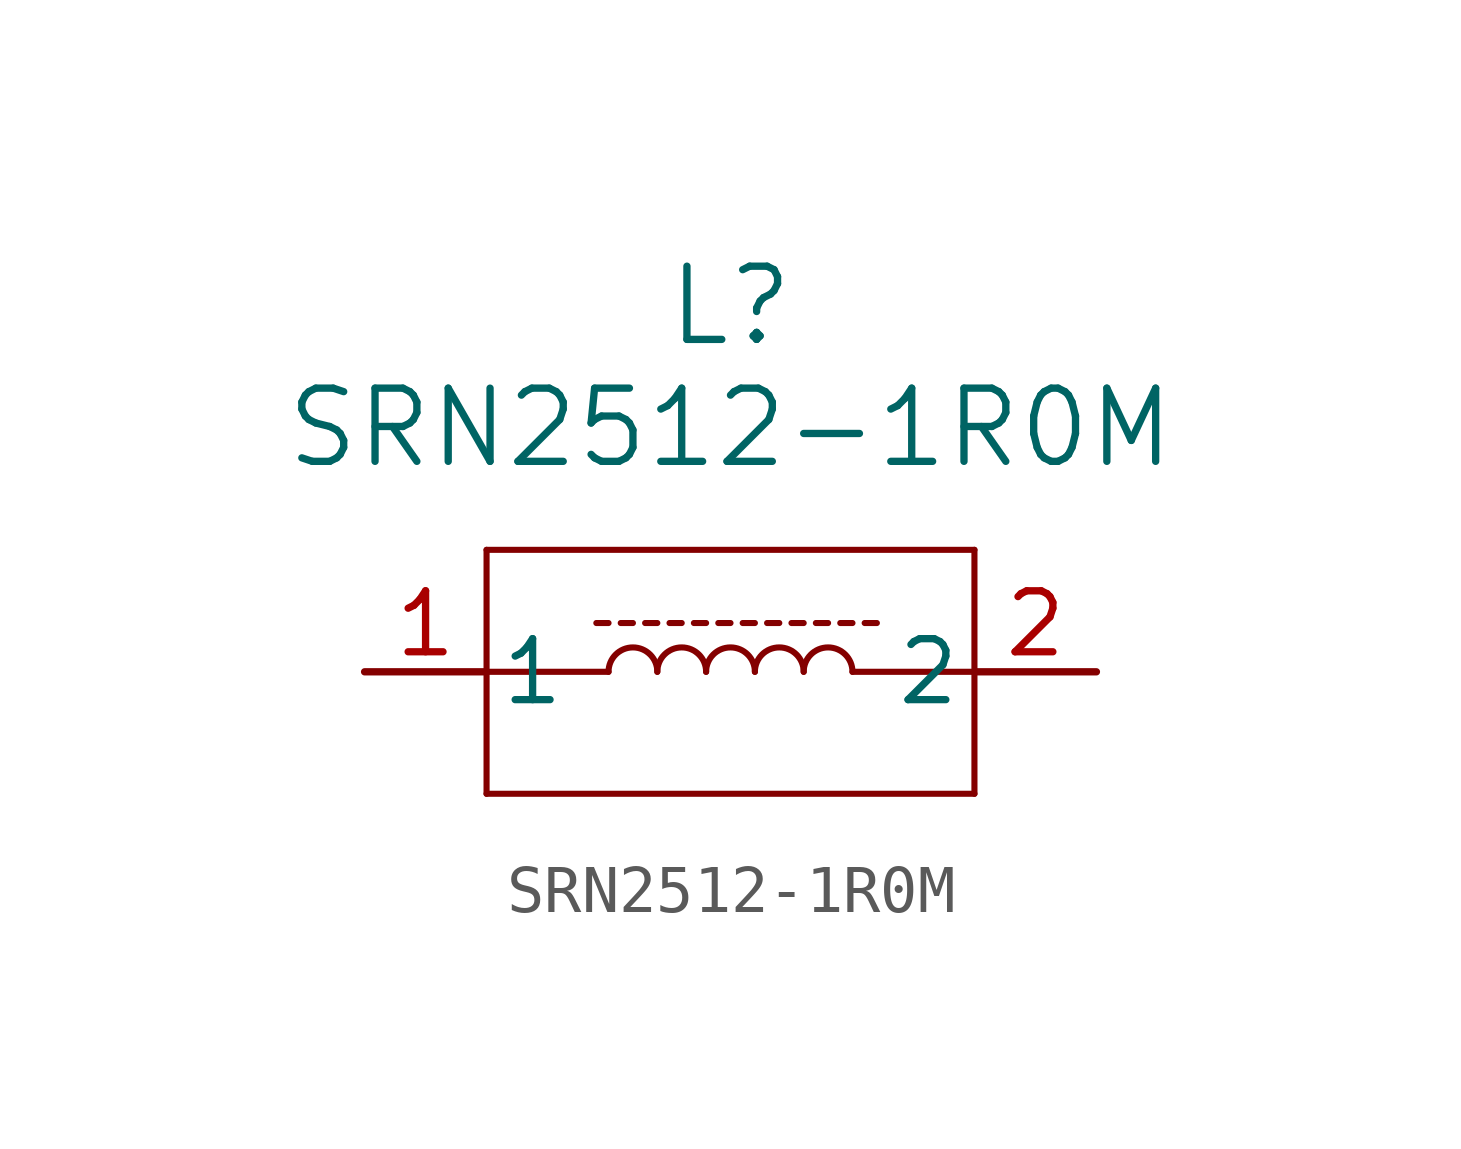
<source format=kicad_sym>
(kicad_symbol_lib
  (version 20231120)
  (generator "kicad_symbol_editor")
  (generator_version "8.0")
  (symbol "SRN2512-1R0M"
    (pin_names
      (offset 0.254))
    (property "Reference" "L"
      (at 12.7 7.62 0)
      (effects (font (size 1.524 1.524))))
    (property "Value" "SRN2512-1R0M"
      (at 12.7 5.08 0)
      (effects (font (size 1.524 1.524))))
    (property "ki_locked" ""
      (at 0 0 0)
      (effects (font (size 1.27 1.27))))
    (symbol "SRN2512-1R0M_0_1"
      (polyline (pts (xy 7.62 -2.54) (xy 17.78 -2.54)) (stroke (width 0.127) (type default)) (fill (type none)))
      (polyline (pts (xy 7.62 2.54) (xy 7.62 -2.54)) (stroke (width 0.127) (type default)) (fill (type none)))
      (polyline (pts (xy 9.906 1.016) (xy 10.16 1.016)) (stroke (width 0.127) (type default)) (fill (type none)))
      (polyline (pts (xy 10.16 0) (xy 7.62 0)) (stroke (width 0.127) (type default)) (fill (type none)))
      (polyline (pts (xy 10.414 1.016) (xy 10.668 1.016)) (stroke (width 0.127) (type default)) (fill (type none)))
      (polyline (pts (xy 10.922 1.016) (xy 11.176 1.016)) (stroke (width 0.127) (type default)) (fill (type none)))
      (polyline (pts (xy 11.43 1.016) (xy 11.684 1.016)) (stroke (width 0.127) (type default)) (fill (type none)))
      (polyline (pts (xy 11.938 1.016) (xy 12.192 1.016)) (stroke (width 0.127) (type default)) (fill (type none)))
      (polyline (pts (xy 12.446 1.016) (xy 12.7 1.016)) (stroke (width 0.127) (type default)) (fill (type none)))
      (polyline (pts (xy 12.954 1.016) (xy 13.208 1.016)) (stroke (width 0.127) (type default)) (fill (type none)))
      (polyline (pts (xy 13.462 1.016) (xy 13.716 1.016)) (stroke (width 0.127) (type default)) (fill (type none)))
      (polyline (pts (xy 13.97 1.016) (xy 14.224 1.016)) (stroke (width 0.127) (type default)) (fill (type none)))
      (polyline (pts (xy 14.478 1.016) (xy 14.732 1.016)) (stroke (width 0.127) (type default)) (fill (type none)))
      (polyline (pts (xy 14.986 1.016) (xy 15.24 1.016)) (stroke (width 0.127) (type default)) (fill (type none)))
      (polyline (pts (xy 15.24 0) (xy 17.78 0)) (stroke (width 0.127) (type default)) (fill (type none)))
      (polyline (pts (xy 15.494 1.016) (xy 15.748 1.016)) (stroke (width 0.127) (type default)) (fill (type none)))
      (polyline (pts (xy 17.78 -2.54) (xy 17.78 2.54)) (stroke (width 0.127) (type default)) (fill (type none)))
      (polyline (pts (xy 17.78 2.54) (xy 7.62 2.54)) (stroke (width 0.127) (type default)) (fill (type none)))
      (arc (start 11.176 0) (mid 10.668 0.5058) (end 10.16 0) (stroke (width 0.127) (type default)) (fill (type none)))
      (arc (start 12.192 0) (mid 11.684 0.5058) (end 11.176 0) (stroke (width 0.127) (type default)) (fill (type none)))
      (arc (start 13.208 0) (mid 12.7 0.5058) (end 12.192 0) (stroke (width 0.127) (type default)) (fill (type none)))
      (arc (start 14.224 0) (mid 13.716 0.5058) (end 13.208 0) (stroke (width 0.127) (type default)) (fill (type none)))
      (arc (start 15.24 0) (mid 14.732 0.5058) (end 14.224 0) (stroke (width 0.127) (type default)) (fill (type none)))
      (pin passive line (at 5.08 0 0) (length 2.54) (name "1" (effects (font (size 1.27 1.27)))) (number "1" (effects (font (size 1.27 1.27)))))
      (pin passive line (at 20.32 0 180) (length 2.54) (name "2" (effects (font (size 1.27 1.27)))) (number "2" (effects (font (size 1.27 1.27))))))))
</source>
